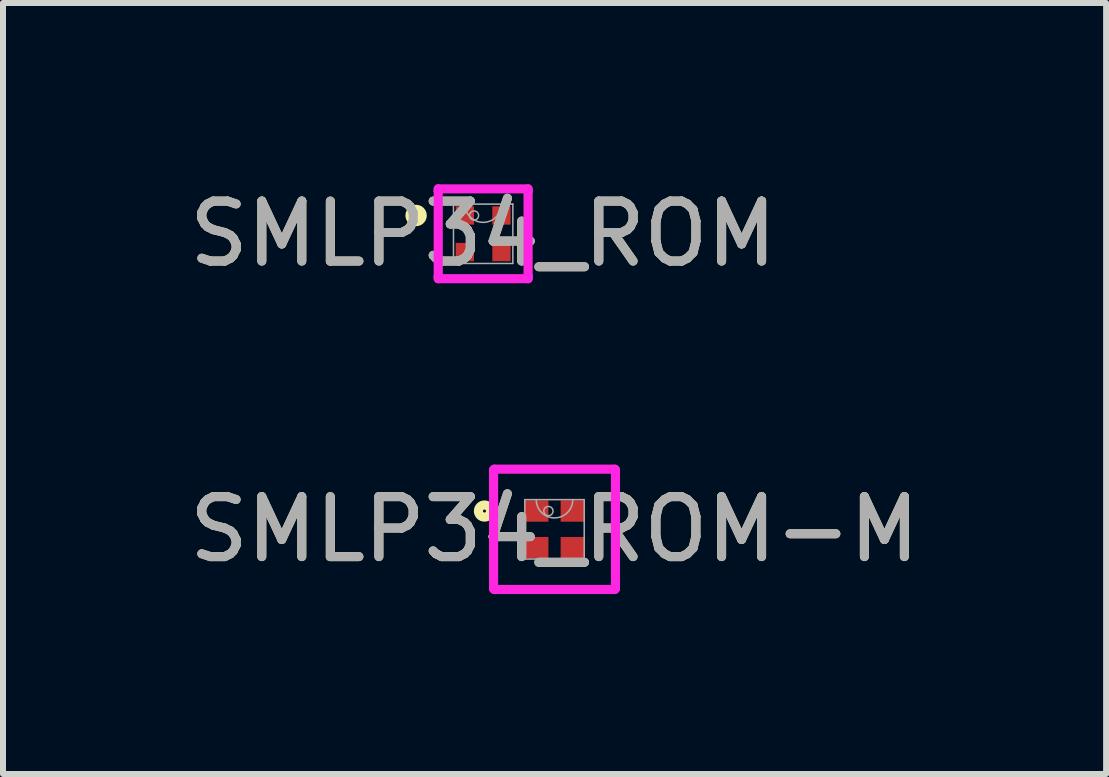
<source format=kicad_pcb>
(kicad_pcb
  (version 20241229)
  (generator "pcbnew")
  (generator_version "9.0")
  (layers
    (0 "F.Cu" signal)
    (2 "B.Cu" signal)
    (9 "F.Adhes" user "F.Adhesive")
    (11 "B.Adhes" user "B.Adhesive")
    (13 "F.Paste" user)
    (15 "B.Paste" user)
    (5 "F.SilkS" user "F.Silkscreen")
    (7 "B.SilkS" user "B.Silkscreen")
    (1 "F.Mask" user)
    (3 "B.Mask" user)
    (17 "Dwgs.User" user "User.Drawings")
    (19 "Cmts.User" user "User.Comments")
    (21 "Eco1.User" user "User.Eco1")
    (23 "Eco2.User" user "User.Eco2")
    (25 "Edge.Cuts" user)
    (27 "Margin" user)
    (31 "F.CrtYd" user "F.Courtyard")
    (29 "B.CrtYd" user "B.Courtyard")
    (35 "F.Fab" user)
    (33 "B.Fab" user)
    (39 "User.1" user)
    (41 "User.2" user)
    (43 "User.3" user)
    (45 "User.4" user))
  (footprint "SMLP34_ROM-M"
    (layer "F.Cu")
    (at 6.196 5.776)
    (property "Reference" "SMLP34_ROM-M" (at 0 0 0) (unlocked yes) (layer "F.SilkS") (effects (font (size 1 1) (thickness 0.15))))
    (attr smd)
    (fp_circle (center -1.168 -0.305) (end -1.067 -0.305) (stroke (width 0.152) (type solid)) (fill no) (layer "F.SilkS"))
    (fp_line (start -1.016 -0.991) (end -1.003 -0.991) (stroke (width 0.152) (type solid)) (layer "F.CrtYd"))
    (fp_line (start -1.016 0.991) (end -1.016 -0.991) (stroke (width 0.152) (type solid)) (layer "F.CrtYd"))
    (fp_line (start -1.016 0.991) (end -1.003 0.991) (stroke (width 0.152) (type solid)) (layer "F.CrtYd"))
    (fp_line (start -1.003 -1.003) (end 1.003 -1.003) (stroke (width 0.152) (type solid)) (layer "F.CrtYd"))
    (fp_line (start -1.003 -0.991) (end -1.003 -1.003) (stroke (width 0.152) (type solid)) (layer "F.CrtYd"))
    (fp_line (start -1.003 1.003) (end -1.003 0.991) (stroke (width 0.152) (type solid)) (layer "F.CrtYd"))
    (fp_line (start 1.003 -1.003) (end 1.003 -0.991) (stroke (width 0.152) (type solid)) (layer "F.CrtYd"))
    (fp_line (start 1.003 0.991) (end 1.003 1.003) (stroke (width 0.152) (type solid)) (layer "F.CrtYd"))
    (fp_line (start 1.003 1.003) (end -1.003 1.003) (stroke (width 0.152) (type solid)) (layer "F.CrtYd"))
    (fp_line (start 1.016 -0.991) (end 1.003 -0.991) (stroke (width 0.152) (type solid)) (layer "F.CrtYd"))
    (fp_line (start 1.016 -0.991) (end 1.016 0.991) (stroke (width 0.152) (type solid)) (layer "F.CrtYd"))
    (fp_line (start 1.016 0.991) (end 1.003 0.991) (stroke (width 0.152) (type solid)) (layer "F.CrtYd"))
    (fp_line (start -0.495 -0.495) (end -0.495 0.495) (stroke (width 0.025) (type solid)) (layer "F.Fab"))
    (fp_line (start -0.495 0.495) (end 0.495 0.495) (stroke (width 0.025) (type solid)) (layer "F.Fab"))
    (fp_line (start 0.495 -0.495) (end -0.495 -0.495) (stroke (width 0.025) (type solid)) (layer "F.Fab"))
    (fp_line (start 0.495 0.495) (end 0.495 -0.495) (stroke (width 0.025) (type solid)) (layer "F.Fab"))
    (fp_arc (start 0.3048 -0.4953) (mid 0 -0.1905) (end -0.3048 -0.4953) (stroke (width 0.0254) (type solid)) (layer "F.Fab"))
    (fp_circle (center -0.102 -0.305) (end -0.025 -0.305) (stroke (width 0.025) (type solid)) (fill no) (layer "F.Fab"))
    (fp_text user "${REFERENCE}" (at 0 0 0) (unlocked yes) (layer "F.Fab") (effects (font (size 1 1) (thickness 0.15))))
    (pad "1" smd rect (at -0.305 -0.305) (size 0.406 0.356) (layers "F.Cu" "F.Mask" "F.Paste"))
    (pad "2" smd rect (at -0.305 0.305) (size 0.406 0.356) (layers "F.Cu" "F.Mask" "F.Paste"))
    (pad "3" smd rect (at 0.305 0.305) (size 0.406 0.356) (layers "F.Cu" "F.Mask" "F.Paste"))
    (pad "4" smd rect (at 0.305 -0.305) (size 0.406 0.356) (layers "F.Cu" "F.Mask" "F.Paste")))
  (footprint "SMLP34_ROM"
    (layer "F.Cu")
    (at 5.006 0.848)
    (property "Reference" "SMLP34_ROM" (at 0 0 0) (unlocked yes) (layer "F.SilkS") (effects (font (size 1 1) (thickness 0.15))))
    (attr smd)
    (fp_circle (center -1.118 -0.305) (end -1.016 -0.305) (stroke (width 0.152) (type solid)) (fill no) (layer "F.SilkS"))
    (fp_line (start -0.749 -0.749) (end 0.749 -0.749) (stroke (width 0.152) (type solid)) (layer "F.CrtYd"))
    (fp_line (start -0.749 -0.711) (end -0.749 -0.749) (stroke (width 0.152) (type solid)) (layer "F.CrtYd"))
    (fp_line (start -0.749 -0.711) (end -0.749 -0.711) (stroke (width 0.152) (type solid)) (layer "F.CrtYd"))
    (fp_line (start -0.749 0.711) (end -0.749 -0.711) (stroke (width 0.152) (type solid)) (layer "F.CrtYd"))
    (fp_line (start -0.749 0.711) (end -0.749 0.711) (stroke (width 0.152) (type solid)) (layer "F.CrtYd"))
    (fp_line (start -0.749 0.749) (end -0.749 0.711) (stroke (width 0.152) (type solid)) (layer "F.CrtYd"))
    (fp_line (start 0.749 -0.749) (end 0.749 -0.711) (stroke (width 0.152) (type solid)) (layer "F.CrtYd"))
    (fp_line (start 0.749 -0.711) (end 0.749 -0.711) (stroke (width 0.152) (type solid)) (layer "F.CrtYd"))
    (fp_line (start 0.749 -0.711) (end 0.749 0.711) (stroke (width 0.152) (type solid)) (layer "F.CrtYd"))
    (fp_line (start 0.749 0.711) (end 0.749 0.711) (stroke (width 0.152) (type solid)) (layer "F.CrtYd"))
    (fp_line (start 0.749 0.711) (end 0.749 0.749) (stroke (width 0.152) (type solid)) (layer "F.CrtYd"))
    (fp_line (start 0.749 0.749) (end -0.749 0.749) (stroke (width 0.152) (type solid)) (layer "F.CrtYd"))
    (fp_line (start -0.495 -0.495) (end -0.495 0.495) (stroke (width 0.025) (type solid)) (layer "F.Fab"))
    (fp_line (start -0.495 0.495) (end 0.495 0.495) (stroke (width 0.025) (type solid)) (layer "F.Fab"))
    (fp_line (start 0.495 -0.495) (end -0.495 -0.495) (stroke (width 0.025) (type solid)) (layer "F.Fab"))
    (fp_line (start 0.495 0.495) (end 0.495 -0.495) (stroke (width 0.025) (type solid)) (layer "F.Fab"))
    (fp_arc (start 0.3048 -0.4953) (mid 0 -0.1905) (end -0.3048 -0.4953) (stroke (width 0.0254) (type solid)) (layer "F.Fab"))
    (fp_circle (center -0.152 -0.305) (end -0.076 -0.305) (stroke (width 0.025) (type solid)) (fill no) (layer "F.Fab"))
    (fp_text user "${REFERENCE}" (at 0 0 0) (unlocked yes) (layer "F.Fab") (effects (font (size 1 1) (thickness 0.15))))
    (pad "1" smd rect (at -0.305 -0.305) (size 0.305 0.305) (layers "F.Cu" "F.Mask" "F.Paste"))
    (pad "2" smd rect (at -0.305 0.305) (size 0.305 0.305) (layers "F.Cu" "F.Mask" "F.Paste"))
    (pad "3" smd rect (at 0.305 0.305) (size 0.305 0.305) (layers "F.Cu" "F.Mask" "F.Paste"))
    (pad "4" smd rect (at 0.305 -0.305) (size 0.305 0.305) (layers "F.Cu" "F.Mask" "F.Paste")))
  (gr_rect
    (start -3 -3)
    (end 15.393 9.855)
    (stroke (width 0.1) (type default))
    (fill no)
    (layer "Edge.Cuts")))
</source>
